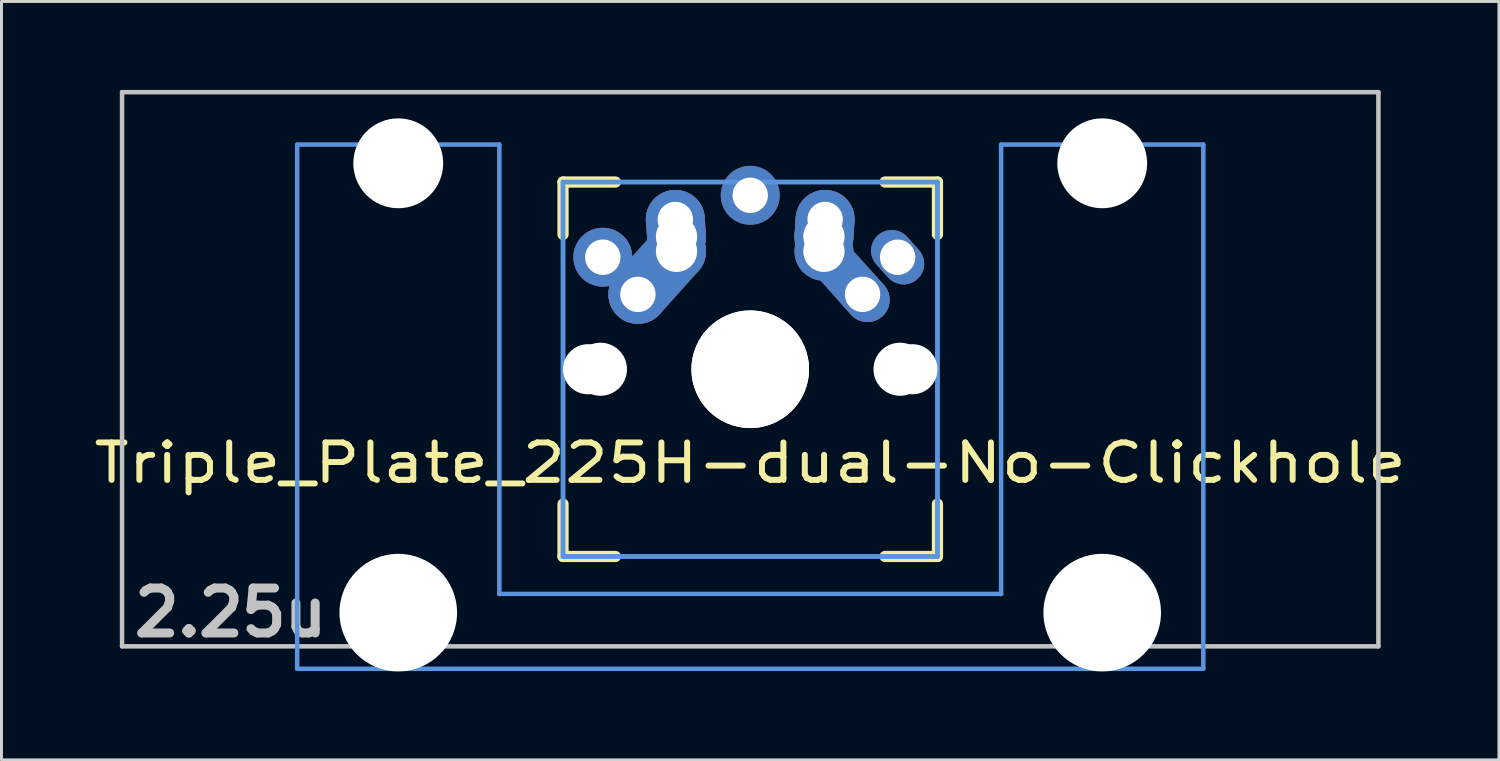
<source format=kicad_pcb>
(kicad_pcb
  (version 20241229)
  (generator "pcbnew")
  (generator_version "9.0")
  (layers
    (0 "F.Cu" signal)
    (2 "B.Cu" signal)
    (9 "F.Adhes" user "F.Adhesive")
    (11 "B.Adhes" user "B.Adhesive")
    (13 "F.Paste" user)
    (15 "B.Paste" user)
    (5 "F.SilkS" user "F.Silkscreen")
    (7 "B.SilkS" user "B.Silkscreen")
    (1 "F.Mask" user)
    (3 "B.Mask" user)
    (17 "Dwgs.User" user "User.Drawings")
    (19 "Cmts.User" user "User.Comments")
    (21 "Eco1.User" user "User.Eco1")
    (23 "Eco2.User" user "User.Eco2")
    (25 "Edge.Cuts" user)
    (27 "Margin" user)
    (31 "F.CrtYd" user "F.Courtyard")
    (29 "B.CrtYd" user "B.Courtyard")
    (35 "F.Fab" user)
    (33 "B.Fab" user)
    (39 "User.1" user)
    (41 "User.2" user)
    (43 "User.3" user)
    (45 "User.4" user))
  (footprint "Triple_Plate_225H-dual-No-Clickhole"
    (layer "F.Cu")
    (at 22.396 9.474)
    (property "Reference" "Triple_Plate_225H-dual-No-Clickhole" (at 0 3.175 0) (layer "F.SilkS") (effects (font (size 1.27 1.524) (thickness 0.203))))
    (attr through_hole)
    (fp_line (start -6.35 -6.35) (end -4.572 -6.35) (stroke (width 0.381) (type solid)) (layer "F.SilkS"))
    (fp_line (start -6.35 -4.572) (end -6.35 -6.35) (stroke (width 0.381) (type solid)) (layer "F.SilkS"))
    (fp_line (start -6.35 6.35) (end -6.35 4.572) (stroke (width 0.381) (type solid)) (layer "F.SilkS"))
    (fp_line (start -4.572 6.35) (end -6.35 6.35) (stroke (width 0.381) (type solid)) (layer "F.SilkS"))
    (fp_line (start 4.572 -6.35) (end 6.35 -6.35) (stroke (width 0.381) (type solid)) (layer "F.SilkS"))
    (fp_line (start 6.35 -6.35) (end 6.35 -4.572) (stroke (width 0.381) (type solid)) (layer "F.SilkS"))
    (fp_line (start 6.35 4.572) (end 6.35 6.35) (stroke (width 0.381) (type solid)) (layer "F.SilkS"))
    (fp_line (start 6.35 6.35) (end 4.572 6.35) (stroke (width 0.381) (type solid)) (layer "F.SilkS"))
    (fp_line (start -21.306 -9.398) (end 21.306 -9.398) (stroke (width 0.152) (type solid)) (layer "Dwgs.User"))
    (fp_line (start -21.306 9.398) (end -21.306 -9.398) (stroke (width 0.152) (type solid)) (layer "Dwgs.User"))
    (fp_line (start 21.306 -9.398) (end 21.306 9.398) (stroke (width 0.152) (type solid)) (layer "Dwgs.User"))
    (fp_line (start 21.306 9.398) (end -21.306 9.398) (stroke (width 0.152) (type solid)) (layer "Dwgs.User"))
    (fp_line (start -15.367 -7.62) (end -15.367 10.16) (stroke (width 0.152) (type solid)) (layer "Cmts.User"))
    (fp_line (start -15.367 10.16) (end 15.367 10.16) (stroke (width 0.152) (type solid)) (layer "Cmts.User"))
    (fp_line (start -8.509 -7.62) (end -15.367 -7.62) (stroke (width 0.152) (type solid)) (layer "Cmts.User"))
    (fp_line (start -8.509 7.62) (end -8.509 -7.62) (stroke (width 0.152) (type solid)) (layer "Cmts.User"))
    (fp_line (start -6.35 -6.35) (end 6.35 -6.35) (stroke (width 0.152) (type solid)) (layer "Cmts.User"))
    (fp_line (start -6.35 -6.35) (end 6.35 -6.35) (stroke (width 0.152) (type solid)) (layer "Cmts.User"))
    (fp_line (start -6.35 6.35) (end -6.35 -6.35) (stroke (width 0.152) (type solid)) (layer "Cmts.User"))
    (fp_line (start -6.35 6.35) (end -6.35 -6.35) (stroke (width 0.152) (type solid)) (layer "Cmts.User"))
    (fp_line (start 6.35 -6.35) (end 6.35 6.35) (stroke (width 0.152) (type solid)) (layer "Cmts.User"))
    (fp_line (start 6.35 -6.35) (end 6.35 6.35) (stroke (width 0.152) (type solid)) (layer "Cmts.User"))
    (fp_line (start 6.35 6.35) (end -6.35 6.35) (stroke (width 0.152) (type solid)) (layer "Cmts.User"))
    (fp_line (start 6.35 6.35) (end -6.35 6.35) (stroke (width 0.152) (type solid)) (layer "Cmts.User"))
    (fp_line (start 8.509 -7.62) (end 8.509 7.62) (stroke (width 0.152) (type solid)) (layer "Cmts.User"))
    (fp_line (start 8.509 7.62) (end -8.509 7.62) (stroke (width 0.152) (type solid)) (layer "Cmts.User"))
    (fp_line (start 15.367 -7.62) (end 8.509 -7.62) (stroke (width 0.152) (type solid)) (layer "Cmts.User"))
    (fp_line (start 15.367 10.16) (end 15.367 -7.62) (stroke (width 0.152) (type solid)) (layer "Cmts.User"))
    (fp_line (start -16.129 -2.286) (end -15.265 -2.286) (stroke (width 0.152) (type solid)) (layer "Eco2.User"))
    (fp_line (start -16.129 0.508) (end -16.129 -2.286) (stroke (width 0.152) (type solid)) (layer "Eco2.User"))
    (fp_line (start -15.265 -5.69) (end -8.611 -5.69) (stroke (width 0.152) (type solid)) (layer "Eco2.User"))
    (fp_line (start -15.265 -2.286) (end -15.265 -5.69) (stroke (width 0.152) (type solid)) (layer "Eco2.User"))
    (fp_line (start -15.265 0.508) (end -16.129 0.508) (stroke (width 0.152) (type solid)) (layer "Eco2.User"))
    (fp_line (start -15.265 6.604) (end -15.265 0.508) (stroke (width 0.152) (type solid)) (layer "Eco2.User"))
    (fp_line (start -14.224 6.604) (end -15.265 6.604) (stroke (width 0.152) (type solid)) (layer "Eco2.User"))
    (fp_line (start -14.224 7.772) (end -14.224 6.604) (stroke (width 0.152) (type solid)) (layer "Eco2.User"))
    (fp_line (start -9.652 6.604) (end -9.652 7.772) (stroke (width 0.152) (type solid)) (layer "Eco2.User"))
    (fp_line (start -9.652 7.772) (end -14.224 7.772) (stroke (width 0.152) (type solid)) (layer "Eco2.User"))
    (fp_line (start -8.611 -5.69) (end -8.611 -4.877) (stroke (width 0.152) (type solid)) (layer "Eco2.User"))
    (fp_line (start -8.611 -4.877) (end -6.985 -4.877) (stroke (width 0.152) (type solid)) (layer "Eco2.User"))
    (fp_line (start -8.611 5.817) (end -8.611 6.604) (stroke (width 0.152) (type solid)) (layer "Eco2.User"))
    (fp_line (start -8.611 6.604) (end -9.652 6.604) (stroke (width 0.152) (type solid)) (layer "Eco2.User"))
    (fp_line (start -6.985 -6.985) (end 6.985 -6.985) (stroke (width 0.152) (type solid)) (layer "Eco2.User"))
    (fp_line (start -6.985 -6.985) (end 6.985 -6.985) (stroke (width 0.152) (type solid)) (layer "Eco2.User"))
    (fp_line (start -6.985 -4.877) (end -6.985 -6.985) (stroke (width 0.152) (type solid)) (layer "Eco2.User"))
    (fp_line (start -6.985 5.817) (end -8.611 5.817) (stroke (width 0.152) (type solid)) (layer "Eco2.User"))
    (fp_line (start -6.985 6.985) (end -6.985 -6.985) (stroke (width 0.152) (type solid)) (layer "Eco2.User"))
    (fp_line (start -6.985 6.985) (end -6.985 5.817) (stroke (width 0.152) (type solid)) (layer "Eco2.User"))
    (fp_line (start 6.985 -6.985) (end 6.985 -4.877) (stroke (width 0.152) (type solid)) (layer "Eco2.User"))
    (fp_line (start 6.985 -6.985) (end 6.985 6.985) (stroke (width 0.152) (type solid)) (layer "Eco2.User"))
    (fp_line (start 6.985 -4.877) (end 8.611 -4.877) (stroke (width 0.152) (type solid)) (layer "Eco2.User"))
    (fp_line (start 6.985 5.817) (end 6.985 6.985) (stroke (width 0.152) (type solid)) (layer "Eco2.User"))
    (fp_line (start 6.985 6.985) (end -6.985 6.985) (stroke (width 0.152) (type solid)) (layer "Eco2.User"))
    (fp_line (start 6.985 6.985) (end -6.985 6.985) (stroke (width 0.152) (type solid)) (layer "Eco2.User"))
    (fp_line (start 8.611 -5.69) (end 15.265 -5.69) (stroke (width 0.152) (type solid)) (layer "Eco2.User"))
    (fp_line (start 8.611 -4.877) (end 8.611 -5.69) (stroke (width 0.152) (type solid)) (layer "Eco2.User"))
    (fp_line (start 8.611 5.817) (end 6.985 5.817) (stroke (width 0.152) (type solid)) (layer "Eco2.User"))
    (fp_line (start 8.611 6.604) (end 8.611 5.817) (stroke (width 0.152) (type solid)) (layer "Eco2.User"))
    (fp_line (start 9.652 6.604) (end 8.611 6.604) (stroke (width 0.152) (type solid)) (layer "Eco2.User"))
    (fp_line (start 9.652 7.772) (end 9.652 6.604) (stroke (width 0.152) (type solid)) (layer "Eco2.User"))
    (fp_line (start 14.224 6.604) (end 14.224 7.772) (stroke (width 0.152) (type solid)) (layer "Eco2.User"))
    (fp_line (start 14.224 7.772) (end 9.652 7.772) (stroke (width 0.152) (type solid)) (layer "Eco2.User"))
    (fp_line (start 15.265 -5.69) (end 15.265 -2.286) (stroke (width 0.152) (type solid)) (layer "Eco2.User"))
    (fp_line (start 15.265 -2.286) (end 16.129 -2.286) (stroke (width 0.152) (type solid)) (layer "Eco2.User"))
    (fp_line (start 15.265 0.508) (end 15.265 6.604) (stroke (width 0.152) (type solid)) (layer "Eco2.User"))
    (fp_line (start 15.265 6.604) (end 14.224 6.604) (stroke (width 0.152) (type solid)) (layer "Eco2.User"))
    (fp_line (start 16.129 -2.286) (end 16.129 0.508) (stroke (width 0.152) (type solid)) (layer "Eco2.User"))
    (fp_line (start 16.129 0.508) (end 15.265 0.508) (stroke (width 0.152) (type solid)) (layer "Eco2.User"))
    (fp_text user "2.25u" (at -17.623 8.255 0) (layer "Dwgs.User") (effects (font (size 1.524 1.524) (thickness 0.305))))
    (pad "" np_thru_hole circle (at -11.938 -6.985) (size 3.048 3.048) (drill 3.048) (layers "*.Cu"))
    (pad "" np_thru_hole circle (at -11.938 8.255) (size 3.988 3.988) (drill 3.988) (layers "*.Cu"))
    (pad "" np_thru_hole circle (at -5.5 0) (size 1.7 1.7) (drill 1.7) (layers "*.Cu"))
    (pad "" np_thru_hole circle (at -5.08 0) (size 1.8 1.8) (drill 1.8) (layers "*.Cu"))
    (pad "" np_thru_hole circle (at 0 0) (size 3.988 3.988) (drill 3.988) (layers "*.Cu"))
    (pad "" np_thru_hole circle (at 0 0) (size 3.988 3.988) (drill 3.988) (layers "*.Cu"))
    (pad "" np_thru_hole circle (at 5.08 0) (size 1.8 1.8) (drill 1.8) (layers "*.Cu"))
    (pad "" np_thru_hole circle (at 5.5 0) (size 1.7 1.7) (drill 1.7) (layers "*.Cu"))
    (pad "" np_thru_hole circle (at 11.938 -6.985) (size 3.048 3.048) (drill 3.048) (layers "*.Cu"))
    (pad "" np_thru_hole circle (at 11.938 8.255) (size 3.988 3.988) (drill 3.988) (layers "*.Cu"))
    (pad "1" thru_hole circle (at -5 -3.8 138.1) (size 2 2) (drill 1.2) (layers "*.Cu" "*.Mask"))
    (pad "1" thru_hole circle (at -3.81 -2.54) (size 2 2) (drill oval 1.2) (layers "*.Cu" "*.Mask"))
    (pad "1" smd oval (at -3.155 -3.27 138.1) (size 2 3.962) (layers "F.Cu" "F.Mask" "F.Paste"))
    (pad "1" smd oval (at -3.155 -3.27 138.1) (size 2 3.962) (layers "B.Cu" "B.Mask" "B.Paste"))
    (pad "1" thru_hole circle (at -2.54 -5.08 330.95) (size 2 2) (drill 1.2) (layers "*.Cu" "*.Mask"))
    (pad "1" smd oval (at -2.52 -4.79 3.945) (size 2 2.581) (layers "F.Cu" "F.Mask" "F.Paste"))
    (pad "1" smd oval (at -2.52 -4.79 3.945) (size 2 2.581) (layers "B.Cu" "B.Mask" "B.Paste"))
    (pad "1" thru_hole circle (at -2.5 -4.5 330.95) (size 2 2) (drill 1.4) (layers "*.Cu" "*.Mask"))
    (pad "1" thru_hole circle (at -2.5 -4 330.95) (size 2 2) (drill 1.4) (layers "*.Cu" "*.Mask"))
    (pad "1" thru_hole oval (at 5 -3.8 221.9) (size 1.4 2) (drill 1.2) (layers "*.Cu" "*.Mask"))
    (pad "2" thru_hole circle (at 0 -5.9) (size 2 2) (drill 1.2) (layers "*.Cu" "*.Mask"))
    (pad "2" thru_hole circle (at 2.5 -4.5 330.95) (size 2 2) (drill 1.4) (layers "*.Cu" "*.Mask"))
    (pad "2" thru_hole circle (at 2.5 -4) (size 2 2) (drill 1.4) (layers "*.Cu" "*.Mask"))
    (pad "2" smd oval (at 2.52 -4.79 356.055) (size 2 2.581) (layers "F.Cu" "F.Mask" "F.Paste"))
    (pad "2" smd oval (at 2.52 -4.79 356.055) (size 2 2.581) (layers "B.Cu" "B.Mask" "B.Paste"))
    (pad "2" thru_hole circle (at 2.54 -5.08 330.95) (size 2 2) (drill 1.2) (layers "*.Cu" "*.Mask"))
    (pad "2" smd oval (at 3.155 -3.27 221.9) (size 1.5 3.962) (layers "F.Cu" "F.Mask" "F.Paste"))
    (pad "2" smd oval (at 3.155 -3.27 221.9) (size 1.5 3.962) (layers "B.Cu" "B.Mask" "B.Paste"))
    (pad "2" thru_hole oval (at 3.81 -2.54 311.9) (size 2 1.5) (drill 1.2) (layers "*.Cu" "*.Mask")))
  (gr_rect
    (start -3 -3)
    (end 47.791 22.723)
    (stroke (width 0.1) (type default))
    (fill no)
    (layer "Edge.Cuts")))
</source>
